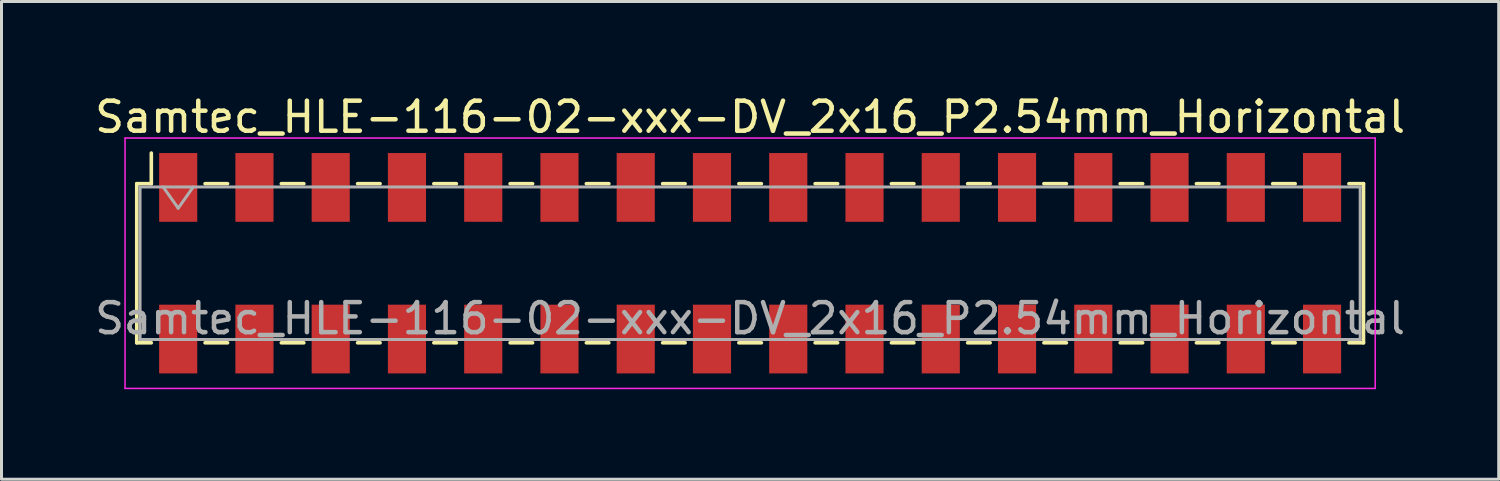
<source format=kicad_pcb>
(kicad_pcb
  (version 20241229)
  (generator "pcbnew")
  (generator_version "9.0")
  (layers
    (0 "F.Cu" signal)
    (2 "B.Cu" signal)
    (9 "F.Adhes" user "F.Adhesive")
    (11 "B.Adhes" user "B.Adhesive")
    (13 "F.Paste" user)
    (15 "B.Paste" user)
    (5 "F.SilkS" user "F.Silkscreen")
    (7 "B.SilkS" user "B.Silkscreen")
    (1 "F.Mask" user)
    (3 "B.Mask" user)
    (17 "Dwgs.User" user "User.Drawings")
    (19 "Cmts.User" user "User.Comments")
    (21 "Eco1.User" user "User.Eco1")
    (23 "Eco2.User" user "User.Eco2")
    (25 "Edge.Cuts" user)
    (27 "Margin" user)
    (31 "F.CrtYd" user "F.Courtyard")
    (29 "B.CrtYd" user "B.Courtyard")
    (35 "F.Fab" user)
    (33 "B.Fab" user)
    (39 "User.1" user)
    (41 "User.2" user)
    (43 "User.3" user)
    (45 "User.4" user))
  (footprint "Samtec_HLE-116-02-xxx-DV_2x16_P2.54mm_Horizontal"
    (layer "F.Cu")
    (at 21.935 5.718)
    (property "Reference" "Samtec_HLE-116-02-xxx-DV_2x16_P2.54mm_Horizontal" (at 0 -4.87 0) (layer "F.SilkS") (effects (font (size 1 1) (thickness 0.15))))
    (attr smd)
    (fp_line (start -20.43 -2.65) (end -20.43 2.65) (stroke (width 0.12) (type solid)) (layer "F.SilkS"))
    (fp_line (start -20.43 2.65) (end -19.945 2.65) (stroke (width 0.12) (type solid)) (layer "F.SilkS"))
    (fp_line (start -19.945 -3.67) (end -19.945 -2.65) (stroke (width 0.12) (type solid)) (layer "F.SilkS"))
    (fp_line (start -19.945 -2.65) (end -20.43 -2.65) (stroke (width 0.12) (type solid)) (layer "F.SilkS"))
    (fp_line (start -18.155 -2.65) (end -17.405 -2.65) (stroke (width 0.12) (type solid)) (layer "F.SilkS"))
    (fp_line (start -18.155 2.65) (end -17.405 2.65) (stroke (width 0.12) (type solid)) (layer "F.SilkS"))
    (fp_line (start -15.615 -2.65) (end -14.865 -2.65) (stroke (width 0.12) (type solid)) (layer "F.SilkS"))
    (fp_line (start -15.615 2.65) (end -14.865 2.65) (stroke (width 0.12) (type solid)) (layer "F.SilkS"))
    (fp_line (start -13.075 -2.65) (end -12.325 -2.65) (stroke (width 0.12) (type solid)) (layer "F.SilkS"))
    (fp_line (start -13.075 2.65) (end -12.325 2.65) (stroke (width 0.12) (type solid)) (layer "F.SilkS"))
    (fp_line (start -10.535 -2.65) (end -9.785 -2.65) (stroke (width 0.12) (type solid)) (layer "F.SilkS"))
    (fp_line (start -10.535 2.65) (end -9.785 2.65) (stroke (width 0.12) (type solid)) (layer "F.SilkS"))
    (fp_line (start -7.995 -2.65) (end -7.245 -2.65) (stroke (width 0.12) (type solid)) (layer "F.SilkS"))
    (fp_line (start -7.995 2.65) (end -7.245 2.65) (stroke (width 0.12) (type solid)) (layer "F.SilkS"))
    (fp_line (start -5.455 -2.65) (end -4.705 -2.65) (stroke (width 0.12) (type solid)) (layer "F.SilkS"))
    (fp_line (start -5.455 2.65) (end -4.705 2.65) (stroke (width 0.12) (type solid)) (layer "F.SilkS"))
    (fp_line (start -2.915 -2.65) (end -2.165 -2.65) (stroke (width 0.12) (type solid)) (layer "F.SilkS"))
    (fp_line (start -2.915 2.65) (end -2.165 2.65) (stroke (width 0.12) (type solid)) (layer "F.SilkS"))
    (fp_line (start -0.375 -2.65) (end 0.375 -2.65) (stroke (width 0.12) (type solid)) (layer "F.SilkS"))
    (fp_line (start -0.375 2.65) (end 0.375 2.65) (stroke (width 0.12) (type solid)) (layer "F.SilkS"))
    (fp_line (start 2.165 -2.65) (end 2.915 -2.65) (stroke (width 0.12) (type solid)) (layer "F.SilkS"))
    (fp_line (start 2.165 2.65) (end 2.915 2.65) (stroke (width 0.12) (type solid)) (layer "F.SilkS"))
    (fp_line (start 4.705 -2.65) (end 5.455 -2.65) (stroke (width 0.12) (type solid)) (layer "F.SilkS"))
    (fp_line (start 4.705 2.65) (end 5.455 2.65) (stroke (width 0.12) (type solid)) (layer "F.SilkS"))
    (fp_line (start 7.245 -2.65) (end 7.995 -2.65) (stroke (width 0.12) (type solid)) (layer "F.SilkS"))
    (fp_line (start 7.245 2.65) (end 7.995 2.65) (stroke (width 0.12) (type solid)) (layer "F.SilkS"))
    (fp_line (start 9.785 -2.65) (end 10.535 -2.65) (stroke (width 0.12) (type solid)) (layer "F.SilkS"))
    (fp_line (start 9.785 2.65) (end 10.535 2.65) (stroke (width 0.12) (type solid)) (layer "F.SilkS"))
    (fp_line (start 12.325 -2.65) (end 13.075 -2.65) (stroke (width 0.12) (type solid)) (layer "F.SilkS"))
    (fp_line (start 12.325 2.65) (end 13.075 2.65) (stroke (width 0.12) (type solid)) (layer "F.SilkS"))
    (fp_line (start 14.865 -2.65) (end 15.615 -2.65) (stroke (width 0.12) (type solid)) (layer "F.SilkS"))
    (fp_line (start 14.865 2.65) (end 15.615 2.65) (stroke (width 0.12) (type solid)) (layer "F.SilkS"))
    (fp_line (start 17.405 -2.65) (end 18.155 -2.65) (stroke (width 0.12) (type solid)) (layer "F.SilkS"))
    (fp_line (start 17.405 2.65) (end 18.155 2.65) (stroke (width 0.12) (type solid)) (layer "F.SilkS"))
    (fp_line (start 19.945 -2.65) (end 20.43 -2.65) (stroke (width 0.12) (type solid)) (layer "F.SilkS"))
    (fp_line (start 20.43 -2.65) (end 20.43 2.65) (stroke (width 0.12) (type solid)) (layer "F.SilkS"))
    (fp_line (start 20.43 2.65) (end 19.945 2.65) (stroke (width 0.12) (type solid)) (layer "F.SilkS"))
    (fp_line (start -20.82 -4.17) (end 20.82 -4.17) (stroke (width 0.05) (type solid)) (layer "F.CrtYd"))
    (fp_line (start -20.82 4.17) (end -20.82 -4.17) (stroke (width 0.05) (type solid)) (layer "F.CrtYd"))
    (fp_line (start 20.82 -4.17) (end 20.82 4.17) (stroke (width 0.05) (type solid)) (layer "F.CrtYd"))
    (fp_line (start 20.82 4.17) (end -20.82 4.17) (stroke (width 0.05) (type solid)) (layer "F.CrtYd"))
    (fp_line (start -20.32 -2.54) (end 20.32 -2.54) (stroke (width 0.1) (type solid)) (layer "F.Fab"))
    (fp_line (start -20.32 2.54) (end -20.32 -2.54) (stroke (width 0.1) (type solid)) (layer "F.Fab"))
    (fp_line (start -19.55 -2.54) (end -19.05 -1.833) (stroke (width 0.1) (type solid)) (layer "F.Fab"))
    (fp_line (start -19.05 -1.833) (end -18.55 -2.54) (stroke (width 0.1) (type solid)) (layer "F.Fab"))
    (fp_line (start 20.32 -2.54) (end 20.32 2.54) (stroke (width 0.1) (type solid)) (layer "F.Fab"))
    (fp_line (start 20.32 2.54) (end -20.32 2.54) (stroke (width 0.1) (type solid)) (layer "F.Fab"))
    (fp_text user "${REFERENCE}" (at 0 1.84 0) (layer "F.Fab") (effects (font (size 1 1) (thickness 0.15))))
    (pad "1" smd rect (at -19.05 -2.525) (size 1.27 2.29) (layers "F.Cu" "F.Mask" "F.Paste"))
    (pad "2" smd rect (at -19.05 2.525) (size 1.27 2.29) (layers "F.Cu" "F.Mask" "F.Paste"))
    (pad "3" smd rect (at -16.51 -2.525) (size 1.27 2.29) (layers "F.Cu" "F.Mask" "F.Paste"))
    (pad "4" smd rect (at -16.51 2.525) (size 1.27 2.29) (layers "F.Cu" "F.Mask" "F.Paste"))
    (pad "5" smd rect (at -13.97 -2.525) (size 1.27 2.29) (layers "F.Cu" "F.Mask" "F.Paste"))
    (pad "6" smd rect (at -13.97 2.525) (size 1.27 2.29) (layers "F.Cu" "F.Mask" "F.Paste"))
    (pad "7" smd rect (at -11.43 -2.525) (size 1.27 2.29) (layers "F.Cu" "F.Mask" "F.Paste"))
    (pad "8" smd rect (at -11.43 2.525) (size 1.27 2.29) (layers "F.Cu" "F.Mask" "F.Paste"))
    (pad "9" smd rect (at -8.89 -2.525) (size 1.27 2.29) (layers "F.Cu" "F.Mask" "F.Paste"))
    (pad "10" smd rect (at -8.89 2.525) (size 1.27 2.29) (layers "F.Cu" "F.Mask" "F.Paste"))
    (pad "11" smd rect (at -6.35 -2.525) (size 1.27 2.29) (layers "F.Cu" "F.Mask" "F.Paste"))
    (pad "12" smd rect (at -6.35 2.525) (size 1.27 2.29) (layers "F.Cu" "F.Mask" "F.Paste"))
    (pad "13" smd rect (at -3.81 -2.525) (size 1.27 2.29) (layers "F.Cu" "F.Mask" "F.Paste"))
    (pad "14" smd rect (at -3.81 2.525) (size 1.27 2.29) (layers "F.Cu" "F.Mask" "F.Paste"))
    (pad "15" smd rect (at -1.27 -2.525) (size 1.27 2.29) (layers "F.Cu" "F.Mask" "F.Paste"))
    (pad "16" smd rect (at -1.27 2.525) (size 1.27 2.29) (layers "F.Cu" "F.Mask" "F.Paste"))
    (pad "17" smd rect (at 1.27 -2.525) (size 1.27 2.29) (layers "F.Cu" "F.Mask" "F.Paste"))
    (pad "18" smd rect (at 1.27 2.525) (size 1.27 2.29) (layers "F.Cu" "F.Mask" "F.Paste"))
    (pad "19" smd rect (at 3.81 -2.525) (size 1.27 2.29) (layers "F.Cu" "F.Mask" "F.Paste"))
    (pad "20" smd rect (at 3.81 2.525) (size 1.27 2.29) (layers "F.Cu" "F.Mask" "F.Paste"))
    (pad "21" smd rect (at 6.35 -2.525) (size 1.27 2.29) (layers "F.Cu" "F.Mask" "F.Paste"))
    (pad "22" smd rect (at 6.35 2.525) (size 1.27 2.29) (layers "F.Cu" "F.Mask" "F.Paste"))
    (pad "23" smd rect (at 8.89 -2.525) (size 1.27 2.29) (layers "F.Cu" "F.Mask" "F.Paste"))
    (pad "24" smd rect (at 8.89 2.525) (size 1.27 2.29) (layers "F.Cu" "F.Mask" "F.Paste"))
    (pad "25" smd rect (at 11.43 -2.525) (size 1.27 2.29) (layers "F.Cu" "F.Mask" "F.Paste"))
    (pad "26" smd rect (at 11.43 2.525) (size 1.27 2.29) (layers "F.Cu" "F.Mask" "F.Paste"))
    (pad "27" smd rect (at 13.97 -2.525) (size 1.27 2.29) (layers "F.Cu" "F.Mask" "F.Paste"))
    (pad "28" smd rect (at 13.97 2.525) (size 1.27 2.29) (layers "F.Cu" "F.Mask" "F.Paste"))
    (pad "29" smd rect (at 16.51 -2.525) (size 1.27 2.29) (layers "F.Cu" "F.Mask" "F.Paste"))
    (pad "30" smd rect (at 16.51 2.525) (size 1.27 2.29) (layers "F.Cu" "F.Mask" "F.Paste"))
    (pad "31" smd rect (at 19.05 -2.525) (size 1.27 2.29) (layers "F.Cu" "F.Mask" "F.Paste"))
    (pad "32" smd rect (at 19.05 2.525) (size 1.27 2.29) (layers "F.Cu" "F.Mask" "F.Paste")))
  (gr_rect
    (start -3 -3)
    (end 46.869 12.913)
    (stroke (width 0.1) (type default))
    (fill no)
    (layer "Edge.Cuts")))
</source>
